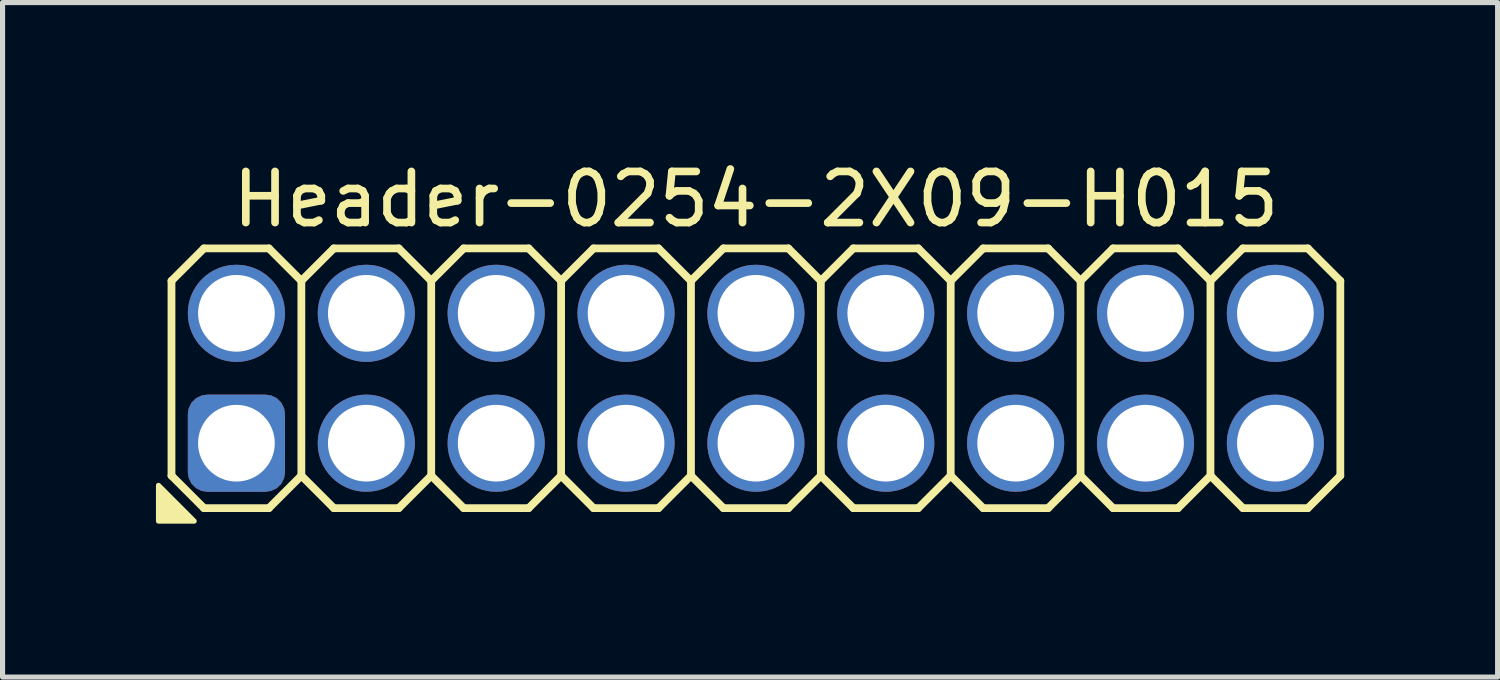
<source format=kicad_pcb>
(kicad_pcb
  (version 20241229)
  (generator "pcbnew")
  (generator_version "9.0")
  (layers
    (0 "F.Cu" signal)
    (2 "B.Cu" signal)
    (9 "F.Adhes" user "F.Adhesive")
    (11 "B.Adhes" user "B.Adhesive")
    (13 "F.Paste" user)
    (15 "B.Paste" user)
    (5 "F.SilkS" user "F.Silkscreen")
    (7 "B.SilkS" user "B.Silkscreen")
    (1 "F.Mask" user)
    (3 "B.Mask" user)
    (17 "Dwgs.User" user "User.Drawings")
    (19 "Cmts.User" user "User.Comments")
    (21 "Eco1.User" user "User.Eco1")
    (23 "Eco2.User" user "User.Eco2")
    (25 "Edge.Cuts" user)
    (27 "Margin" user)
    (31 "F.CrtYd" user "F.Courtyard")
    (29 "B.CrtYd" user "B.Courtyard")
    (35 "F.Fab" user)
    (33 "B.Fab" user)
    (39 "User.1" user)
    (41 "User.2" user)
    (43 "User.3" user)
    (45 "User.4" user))
  (footprint "Header-0254-2X09-H015"
    (layer "F.Cu")
    (at 11.734 4.348)
    (property "Reference" "Header-0254-2X09-H015" (at 0 -3.5 0) (layer "F.SilkS") (effects (font (size 1 1) (thickness 0.15))))
    (attr through_hole exclude_from_pos_files exclude_from_bom)
    (fp_line (start -11.43 -1.905) (end -10.795 -2.54) (stroke (width 0.152) (type solid)) (layer "F.SilkS"))
    (fp_line (start -11.43 1.905) (end -11.43 -1.905) (stroke (width 0.152) (type solid)) (layer "F.SilkS"))
    (fp_line (start -11.43 1.905) (end -10.795 2.54) (stroke (width 0.152) (type solid)) (layer "F.SilkS"))
    (fp_line (start -10.795 -2.54) (end -9.525 -2.54) (stroke (width 0.152) (type solid)) (layer "F.SilkS"))
    (fp_line (start -10.795 2.54) (end -9.525 2.54) (stroke (width 0.152) (type solid)) (layer "F.SilkS"))
    (fp_line (start -9.525 -2.54) (end -8.89 -1.905) (stroke (width 0.152) (type solid)) (layer "F.SilkS"))
    (fp_line (start -9.525 2.54) (end -8.89 1.905) (stroke (width 0.152) (type solid)) (layer "F.SilkS"))
    (fp_line (start -8.89 -1.905) (end -8.89 1.905) (stroke (width 0.152) (type solid)) (layer "F.SilkS"))
    (fp_line (start -8.89 -1.905) (end -8.255 -2.54) (stroke (width 0.152) (type solid)) (layer "F.SilkS"))
    (fp_line (start -8.89 1.905) (end -8.255 2.54) (stroke (width 0.152) (type solid)) (layer "F.SilkS"))
    (fp_line (start -8.255 -2.54) (end -6.985 -2.54) (stroke (width 0.152) (type solid)) (layer "F.SilkS"))
    (fp_line (start -8.255 2.54) (end -6.985 2.54) (stroke (width 0.152) (type solid)) (layer "F.SilkS"))
    (fp_line (start -6.985 -2.54) (end -6.35 -1.905) (stroke (width 0.152) (type solid)) (layer "F.SilkS"))
    (fp_line (start -6.985 2.54) (end -6.35 1.905) (stroke (width 0.152) (type solid)) (layer "F.SilkS"))
    (fp_line (start -6.35 -1.905) (end -6.35 1.905) (stroke (width 0.152) (type solid)) (layer "F.SilkS"))
    (fp_line (start -6.35 -1.905) (end -5.715 -2.54) (stroke (width 0.152) (type solid)) (layer "F.SilkS"))
    (fp_line (start -6.35 1.905) (end -5.715 2.54) (stroke (width 0.152) (type solid)) (layer "F.SilkS"))
    (fp_line (start -5.715 -2.54) (end -4.445 -2.54) (stroke (width 0.152) (type solid)) (layer "F.SilkS"))
    (fp_line (start -5.715 2.54) (end -4.445 2.54) (stroke (width 0.152) (type solid)) (layer "F.SilkS"))
    (fp_line (start -4.445 -2.54) (end -3.81 -1.905) (stroke (width 0.152) (type solid)) (layer "F.SilkS"))
    (fp_line (start -4.445 2.54) (end -3.81 1.905) (stroke (width 0.152) (type solid)) (layer "F.SilkS"))
    (fp_line (start -3.81 -1.905) (end -3.81 1.905) (stroke (width 0.152) (type solid)) (layer "F.SilkS"))
    (fp_line (start -3.81 -1.905) (end -3.175 -2.54) (stroke (width 0.152) (type solid)) (layer "F.SilkS"))
    (fp_line (start -3.81 1.905) (end -3.175 2.54) (stroke (width 0.152) (type solid)) (layer "F.SilkS"))
    (fp_line (start -3.175 -2.54) (end -1.905 -2.54) (stroke (width 0.152) (type solid)) (layer "F.SilkS"))
    (fp_line (start -3.175 2.54) (end -1.905 2.54) (stroke (width 0.152) (type solid)) (layer "F.SilkS"))
    (fp_line (start -1.905 -2.54) (end -1.27 -1.905) (stroke (width 0.152) (type solid)) (layer "F.SilkS"))
    (fp_line (start -1.905 2.54) (end -1.27 1.905) (stroke (width 0.152) (type solid)) (layer "F.SilkS"))
    (fp_line (start -1.27 -1.905) (end -1.27 1.905) (stroke (width 0.152) (type solid)) (layer "F.SilkS"))
    (fp_line (start -1.27 -1.905) (end -0.635 -2.54) (stroke (width 0.152) (type solid)) (layer "F.SilkS"))
    (fp_line (start -1.27 1.905) (end -0.635 2.54) (stroke (width 0.152) (type solid)) (layer "F.SilkS"))
    (fp_line (start -0.635 -2.54) (end 0.635 -2.54) (stroke (width 0.152) (type solid)) (layer "F.SilkS"))
    (fp_line (start -0.635 2.54) (end 0.635 2.54) (stroke (width 0.152) (type solid)) (layer "F.SilkS"))
    (fp_line (start 0.635 -2.54) (end 1.27 -1.905) (stroke (width 0.152) (type solid)) (layer "F.SilkS"))
    (fp_line (start 0.635 2.54) (end 1.27 1.905) (stroke (width 0.152) (type solid)) (layer "F.SilkS"))
    (fp_line (start 1.27 -1.905) (end 1.27 1.905) (stroke (width 0.152) (type solid)) (layer "F.SilkS"))
    (fp_line (start 1.27 -1.905) (end 1.905 -2.54) (stroke (width 0.152) (type solid)) (layer "F.SilkS"))
    (fp_line (start 1.27 1.905) (end 1.905 2.54) (stroke (width 0.152) (type solid)) (layer "F.SilkS"))
    (fp_line (start 1.905 -2.54) (end 3.175 -2.54) (stroke (width 0.152) (type solid)) (layer "F.SilkS"))
    (fp_line (start 1.905 2.54) (end 3.175 2.54) (stroke (width 0.152) (type solid)) (layer "F.SilkS"))
    (fp_line (start 3.175 -2.54) (end 3.81 -1.905) (stroke (width 0.152) (type solid)) (layer "F.SilkS"))
    (fp_line (start 3.175 2.54) (end 3.81 1.905) (stroke (width 0.152) (type solid)) (layer "F.SilkS"))
    (fp_line (start 3.81 -1.905) (end 3.81 1.905) (stroke (width 0.152) (type solid)) (layer "F.SilkS"))
    (fp_line (start 3.81 -1.905) (end 4.445 -2.54) (stroke (width 0.152) (type solid)) (layer "F.SilkS"))
    (fp_line (start 3.81 1.905) (end 4.445 2.54) (stroke (width 0.152) (type solid)) (layer "F.SilkS"))
    (fp_line (start 4.445 -2.54) (end 5.715 -2.54) (stroke (width 0.152) (type solid)) (layer "F.SilkS"))
    (fp_line (start 4.445 2.54) (end 5.715 2.54) (stroke (width 0.152) (type solid)) (layer "F.SilkS"))
    (fp_line (start 5.715 -2.54) (end 6.35 -1.905) (stroke (width 0.152) (type solid)) (layer "F.SilkS"))
    (fp_line (start 6.35 -1.905) (end 6.35 1.905) (stroke (width 0.152) (type solid)) (layer "F.SilkS"))
    (fp_line (start 6.35 -1.905) (end 6.985 -2.54) (stroke (width 0.152) (type solid)) (layer "F.SilkS"))
    (fp_line (start 6.35 1.905) (end 5.715 2.54) (stroke (width 0.152) (type solid)) (layer "F.SilkS"))
    (fp_line (start 6.35 1.905) (end 6.985 2.54) (stroke (width 0.152) (type solid)) (layer "F.SilkS"))
    (fp_line (start 6.985 -2.54) (end 8.255 -2.54) (stroke (width 0.152) (type solid)) (layer "F.SilkS"))
    (fp_line (start 6.985 2.54) (end 8.255 2.54) (stroke (width 0.152) (type solid)) (layer "F.SilkS"))
    (fp_line (start 8.255 -2.54) (end 8.89 -1.905) (stroke (width 0.152) (type solid)) (layer "F.SilkS"))
    (fp_line (start 8.89 -1.905) (end 8.89 1.905) (stroke (width 0.152) (type solid)) (layer "F.SilkS"))
    (fp_line (start 8.89 -1.905) (end 9.525 -2.54) (stroke (width 0.152) (type solid)) (layer "F.SilkS"))
    (fp_line (start 8.89 1.905) (end 8.255 2.54) (stroke (width 0.152) (type solid)) (layer "F.SilkS"))
    (fp_line (start 8.89 1.905) (end 9.525 2.54) (stroke (width 0.152) (type solid)) (layer "F.SilkS"))
    (fp_line (start 9.525 -2.54) (end 10.795 -2.54) (stroke (width 0.152) (type solid)) (layer "F.SilkS"))
    (fp_line (start 9.525 2.54) (end 10.795 2.54) (stroke (width 0.152) (type solid)) (layer "F.SilkS"))
    (fp_line (start 10.795 -2.54) (end 11.43 -1.905) (stroke (width 0.152) (type solid)) (layer "F.SilkS"))
    (fp_line (start 11.43 -1.905) (end 11.43 1.905) (stroke (width 0.152) (type solid)) (layer "F.SilkS"))
    (fp_line (start 11.43 1.905) (end 10.795 2.54) (stroke (width 0.152) (type solid)) (layer "F.SilkS"))
    (fp_poly (pts (xy -11.684 2.095) (xy -11.684 2.794) (xy -10.986 2.794)) (stroke (width 0.1) (type solid)) (fill yes) (layer "F.SilkS"))
    (pad "1" thru_hole roundrect (at -10.16 1.27) (size 1.9 1.9) (drill 1.5) (layers "*.Cu" "*.Mask") (roundrect_rratio 0.2))
    (pad "2" thru_hole circle (at -10.16 -1.27) (size 1.9 1.9) (drill 1.5) (layers "*.Cu" "*.Mask"))
    (pad "3" thru_hole circle (at -7.62 1.27) (size 1.9 1.9) (drill 1.5) (layers "*.Cu" "*.Mask"))
    (pad "4" thru_hole circle (at -7.62 -1.27) (size 1.9 1.9) (drill 1.5) (layers "*.Cu" "*.Mask"))
    (pad "5" thru_hole circle (at -5.08 1.27) (size 1.9 1.9) (drill 1.5) (layers "*.Cu" "*.Mask"))
    (pad "6" thru_hole circle (at -5.08 -1.27) (size 1.9 1.9) (drill 1.5) (layers "*.Cu" "*.Mask"))
    (pad "7" thru_hole circle (at -2.54 1.27) (size 1.9 1.9) (drill 1.5) (layers "*.Cu" "*.Mask"))
    (pad "8" thru_hole circle (at -2.54 -1.27) (size 1.9 1.9) (drill 1.5) (layers "*.Cu" "*.Mask"))
    (pad "9" thru_hole circle (at 0 1.27) (size 1.9 1.9) (drill 1.5) (layers "*.Cu" "*.Mask"))
    (pad "10" thru_hole circle (at 0 -1.27) (size 1.9 1.9) (drill 1.5) (layers "*.Cu" "*.Mask"))
    (pad "11" thru_hole circle (at 2.54 1.27) (size 1.9 1.9) (drill 1.5) (layers "*.Cu" "*.Mask"))
    (pad "12" thru_hole circle (at 2.54 -1.27) (size 1.9 1.9) (drill 1.5) (layers "*.Cu" "*.Mask"))
    (pad "13" thru_hole circle (at 5.08 1.27) (size 1.9 1.9) (drill 1.5) (layers "*.Cu" "*.Mask"))
    (pad "14" thru_hole circle (at 5.08 -1.27) (size 1.9 1.9) (drill 1.5) (layers "*.Cu" "*.Mask"))
    (pad "15" thru_hole circle (at 7.62 1.27) (size 1.9 1.9) (drill 1.5) (layers "*.Cu" "*.Mask"))
    (pad "16" thru_hole circle (at 7.62 -1.27) (size 1.9 1.9) (drill 1.5) (layers "*.Cu" "*.Mask"))
    (pad "17" thru_hole circle (at 10.16 1.27) (size 1.9 1.9) (drill 1.5) (layers "*.Cu" "*.Mask"))
    (pad "18" thru_hole circle (at 10.16 -1.27) (size 1.9 1.9) (drill 1.5) (layers "*.Cu" "*.Mask")))
  (gr_rect
    (start -3 -3)
    (end 26.24 10.192)
    (stroke (width 0.1) (type default))
    (fill no)
    (layer "Edge.Cuts")))
</source>
